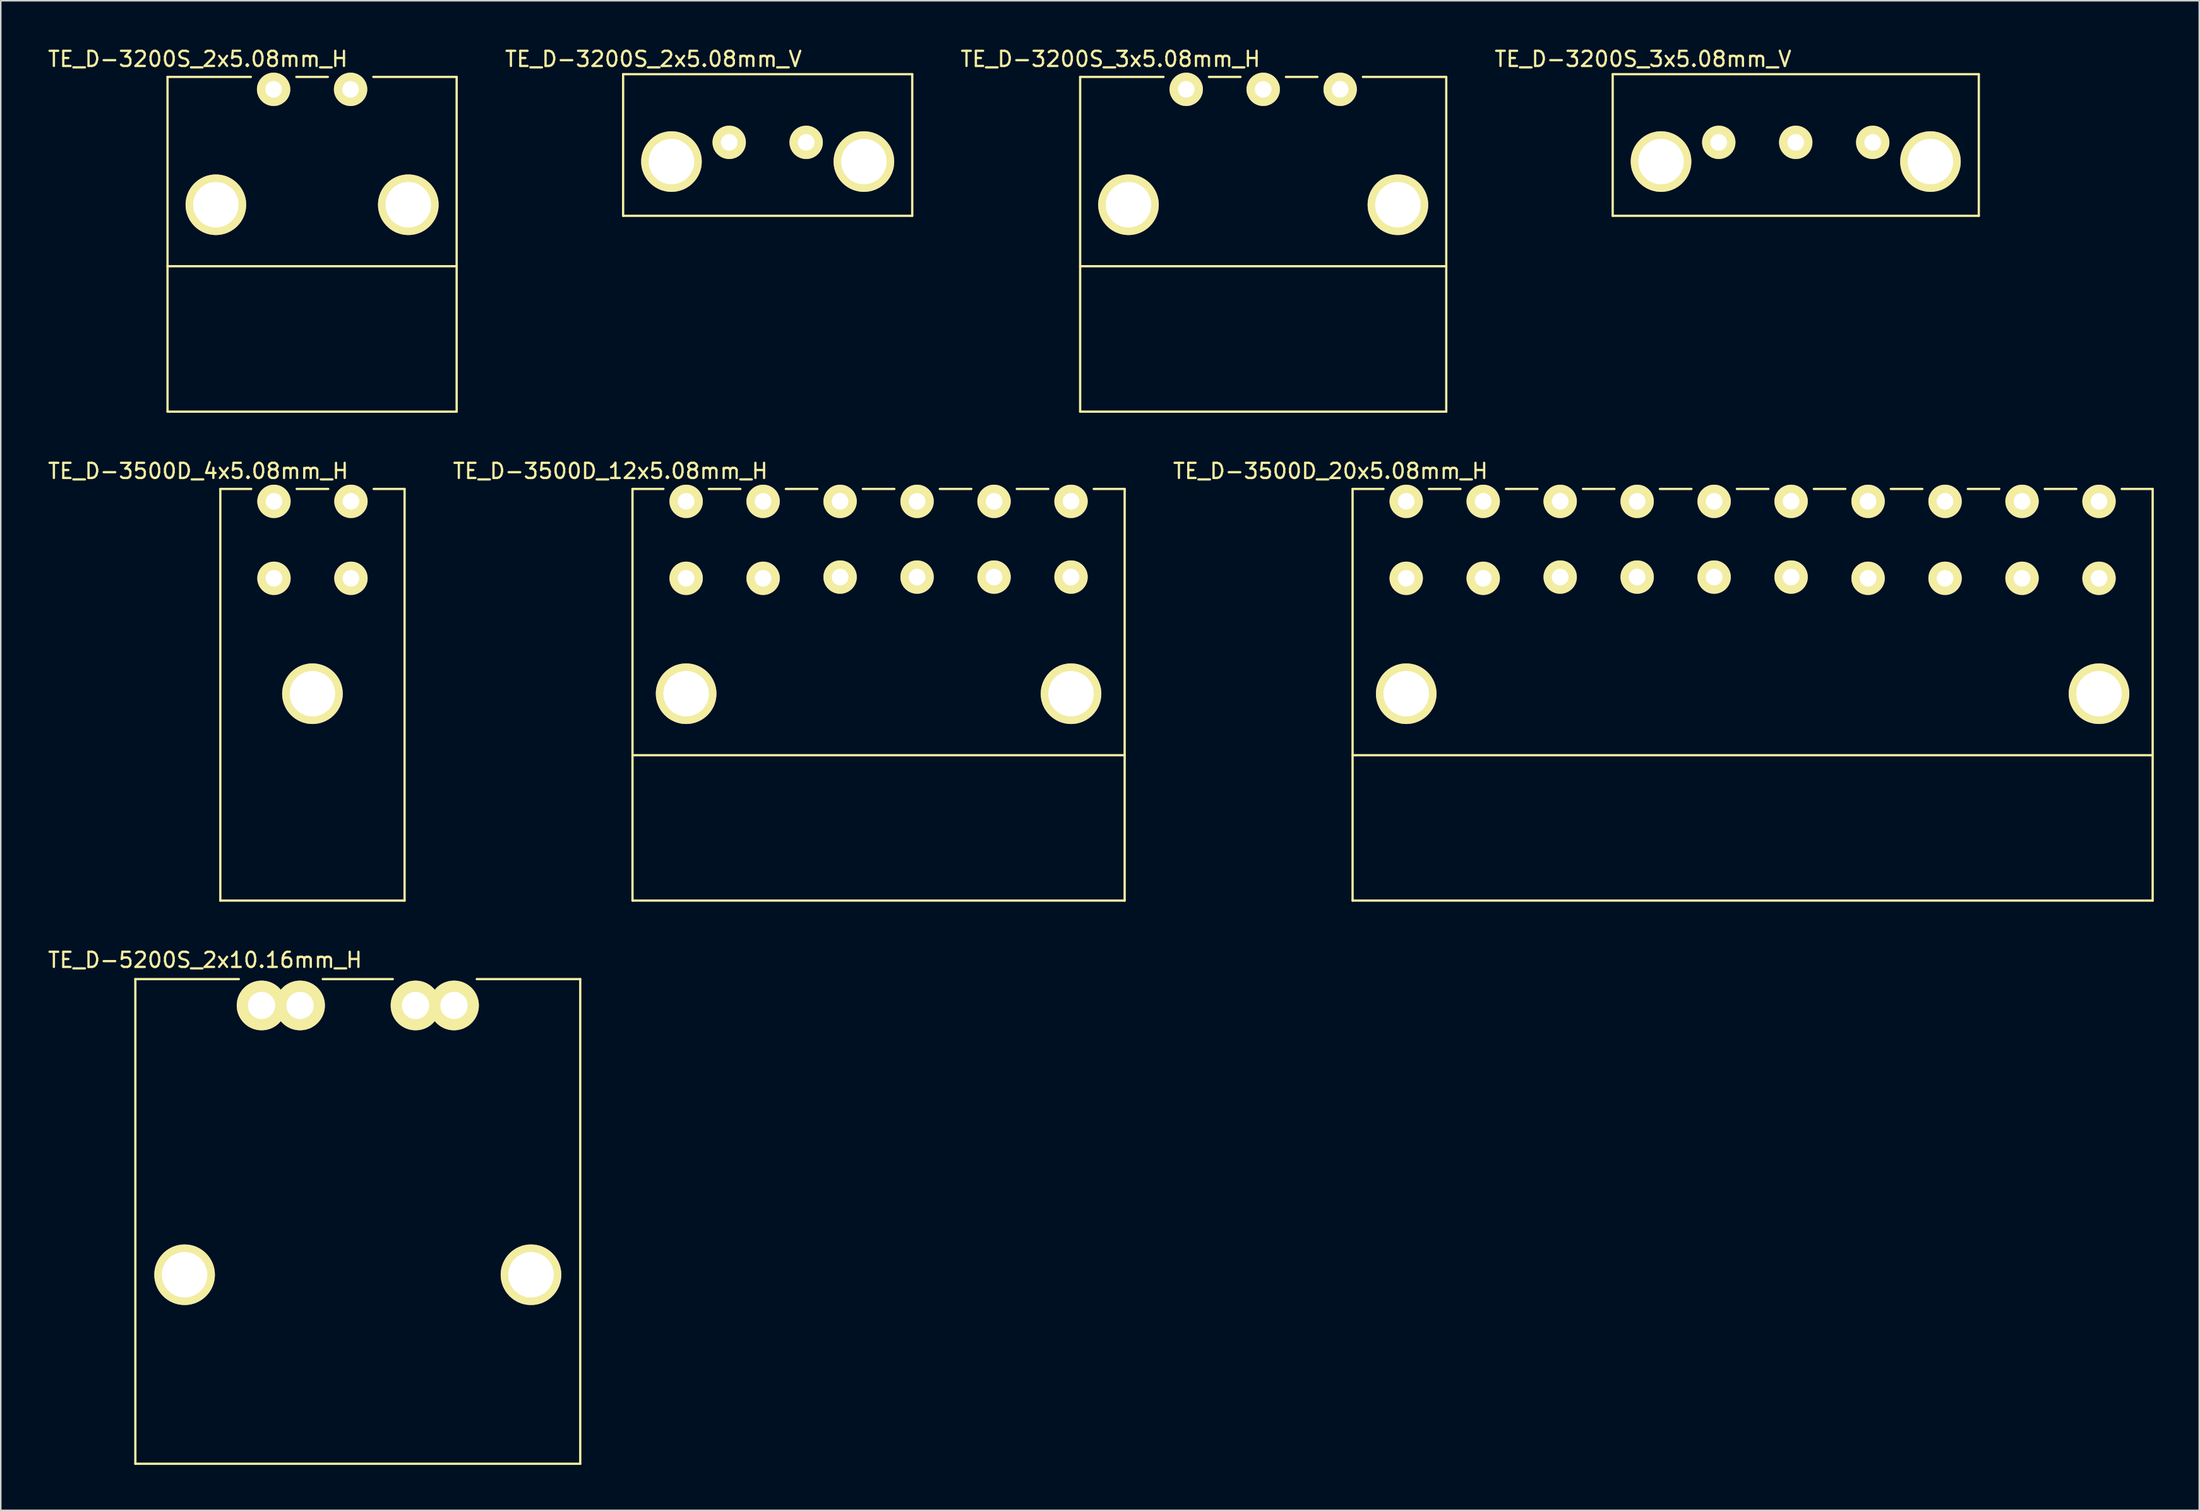
<source format=kicad_pcb>
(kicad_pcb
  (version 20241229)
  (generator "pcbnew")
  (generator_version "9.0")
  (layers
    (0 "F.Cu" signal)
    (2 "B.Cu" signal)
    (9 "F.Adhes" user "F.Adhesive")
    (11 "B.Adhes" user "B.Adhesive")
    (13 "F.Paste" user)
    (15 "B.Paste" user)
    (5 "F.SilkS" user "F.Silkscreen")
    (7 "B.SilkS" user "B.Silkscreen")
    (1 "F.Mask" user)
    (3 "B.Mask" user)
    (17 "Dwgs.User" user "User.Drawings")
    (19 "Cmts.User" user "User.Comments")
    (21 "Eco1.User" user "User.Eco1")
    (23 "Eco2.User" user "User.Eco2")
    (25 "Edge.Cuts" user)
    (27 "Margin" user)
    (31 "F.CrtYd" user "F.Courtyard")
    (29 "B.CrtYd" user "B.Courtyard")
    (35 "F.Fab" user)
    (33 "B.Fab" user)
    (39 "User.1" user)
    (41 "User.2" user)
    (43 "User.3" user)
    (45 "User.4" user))
  (footprint "TE_D-3200S_2x5.08mm_H"
    (layer "F.Cu")
    (at 15.006 2.848)
    (property "Reference" "TE_D-3200S_2x5.08mm_H" (at -5 -2 0) (layer "F.SilkS") (effects (font (size 1 1) (thickness 0.15))))
    (attr through_hole)
    (fp_line (start -7 -0.82) (end -7 21.28) (stroke (width 0.15) (type solid)) (layer "F.SilkS"))
    (fp_line (start -7 11.68) (end 12.08 11.68) (stroke (width 0.15) (type solid)) (layer "F.SilkS"))
    (fp_line (start -7 21.28) (end 12.08 21.28) (stroke (width 0.15) (type solid)) (layer "F.SilkS"))
    (fp_line (start -1.5 -0.82) (end -7 -0.82) (stroke (width 0.15) (type solid)) (layer "F.SilkS"))
    (fp_line (start 1.5 -0.82) (end 3.58 -0.82) (stroke (width 0.15) (type solid)) (layer "F.SilkS"))
    (fp_line (start 12.08 -0.82) (end 6.58 -0.82) (stroke (width 0.15) (type solid)) (layer "F.SilkS"))
    (fp_line (start 12.08 21.28) (end 12.08 -0.82) (stroke (width 0.15) (type solid)) (layer "F.SilkS"))
    (pad "" thru_hole circle (at -3.81 7.62) (size 4 4) (drill 3) (layers "*.Cu" "*.Mask" "F.SilkS"))
    (pad "" thru_hole circle (at 8.89 7.62) (size 4 4) (drill 3) (layers "*.Cu" "*.Mask" "F.SilkS"))
    (pad "1" thru_hole circle (at 0 0) (size 2.2 2.2) (drill 1.1) (layers "*.Cu" "*.Mask" "F.SilkS"))
    (pad "2" thru_hole circle (at 5.08 0) (size 2.2 2.2) (drill 1.1) (layers "*.Cu" "*.Mask" "F.SilkS")))
  (footprint "TE_D-3200S_2x5.08mm_V"
    (layer "F.Cu")
    (at 45.072 6.348)
    (property "Reference" "TE_D-3200S_2x5.08mm_V" (at -5 -5.5 0) (layer "F.SilkS") (effects (font (size 1 1) (thickness 0.15))))
    (attr through_hole)
    (fp_line (start -7 -4.5) (end -7 4.85) (stroke (width 0.15) (type solid)) (layer "F.SilkS"))
    (fp_line (start -7 -4.5) (end 12.08 -4.5) (stroke (width 0.15) (type solid)) (layer "F.SilkS"))
    (fp_line (start -7 4.85) (end 12.08 4.85) (stroke (width 0.15) (type solid)) (layer "F.SilkS"))
    (fp_line (start 12.08 -4.5) (end 12.08 4.85) (stroke (width 0.15) (type solid)) (layer "F.SilkS"))
    (pad "" thru_hole circle (at -3.81 1.27) (size 4 4) (drill 3) (layers "*.Cu" "*.Mask" "F.SilkS"))
    (pad "" thru_hole circle (at 8.89 1.27) (size 4 4) (drill 3) (layers "*.Cu" "*.Mask" "F.SilkS"))
    (pad "1" thru_hole circle (at 5.08 0) (size 2.2 2.2) (drill 1.1) (layers "*.Cu" "*.Mask" "F.SilkS"))
    (pad "2" thru_hole circle (at 0 0) (size 2.2 2.2) (drill 1.1) (layers "*.Cu" "*.Mask" "F.SilkS")))
  (footprint "TE_D-3500D_20x5.08mm_H"
    (layer "F.Cu")
    (at 89.752 30.052)
    (property "Reference" "TE_D-3500D_20x5.08mm_H" (at -5 -2 0) (layer "F.SilkS") (effects (font (size 1 1) (thickness 0.15))))
    (attr through_hole)
    (fp_line (start -3.54 -0.82) (end -3.54 26.36) (stroke (width 0.15) (type solid)) (layer "F.SilkS"))
    (fp_line (start -3.54 16.76) (end 49.26 16.76) (stroke (width 0.15) (type solid)) (layer "F.SilkS"))
    (fp_line (start -3.54 26.36) (end 49.26 26.36) (stroke (width 0.15) (type solid)) (layer "F.SilkS"))
    (fp_line (start -1.5 -0.82) (end -3.54 -0.82) (stroke (width 0.15) (type solid)) (layer "F.SilkS"))
    (fp_line (start 1.5 -0.82) (end 3.58 -0.82) (stroke (width 0.15) (type solid)) (layer "F.SilkS"))
    (fp_line (start 8.66 -0.82) (end 6.58 -0.82) (stroke (width 0.15) (type solid)) (layer "F.SilkS"))
    (fp_line (start 11.66 -0.82) (end 13.74 -0.82) (stroke (width 0.15) (type solid)) (layer "F.SilkS"))
    (fp_line (start 16.74 -0.82) (end 18.82 -0.82) (stroke (width 0.15) (type solid)) (layer "F.SilkS"))
    (fp_line (start 21.82 -0.82) (end 23.9 -0.82) (stroke (width 0.15) (type solid)) (layer "F.SilkS"))
    (fp_line (start 26.9 -0.82) (end 28.98 -0.82) (stroke (width 0.15) (type solid)) (layer "F.SilkS"))
    (fp_line (start 31.98 -0.82) (end 34.06 -0.82) (stroke (width 0.15) (type solid)) (layer "F.SilkS"))
    (fp_line (start 37.06 -0.82) (end 39.14 -0.82) (stroke (width 0.15) (type solid)) (layer "F.SilkS"))
    (fp_line (start 42.14 -0.82) (end 44.22 -0.82) (stroke (width 0.15) (type solid)) (layer "F.SilkS"))
    (fp_line (start 47.22 -0.82) (end 49.26 -0.82) (stroke (width 0.15) (type solid)) (layer "F.SilkS"))
    (fp_line (start 49.26 26.36) (end 49.26 -0.82) (stroke (width 0.15) (type solid)) (layer "F.SilkS"))
    (pad "" thru_hole circle (at 0 12.7) (size 4 4) (drill 3) (layers "*.Cu" "*.Mask" "F.SilkS"))
    (pad "" thru_hole circle (at 45.72 12.7) (size 4 4) (drill 3) (layers "*.Cu" "*.Mask" "F.SilkS"))
    (pad "1A" thru_hole circle (at 0 5.08) (size 2.2 2.2) (drill 1.1) (layers "*.Cu" "*.Mask" "F.SilkS"))
    (pad "1B" thru_hole circle (at 0 0) (size 2.2 2.2) (drill 1.1) (layers "*.Cu" "*.Mask" "F.SilkS"))
    (pad "2A" thru_hole circle (at 5.08 5.08) (size 2.2 2.2) (drill 1.1) (layers "*.Cu" "*.Mask" "F.SilkS"))
    (pad "2B" thru_hole circle (at 5.08 0) (size 2.2 2.2) (drill 1.1) (layers "*.Cu" "*.Mask" "F.SilkS"))
    (pad "3A" thru_hole circle (at 10.16 5) (size 2.2 2.2) (drill 1.1) (layers "*.Cu" "*.Mask" "F.SilkS"))
    (pad "3B" thru_hole circle (at 10.16 0) (size 2.2 2.2) (drill 1.1) (layers "*.Cu" "*.Mask" "F.SilkS"))
    (pad "4A" thru_hole circle (at 15.24 5) (size 2.2 2.2) (drill 1.1) (layers "*.Cu" "*.Mask" "F.SilkS"))
    (pad "4B" thru_hole circle (at 15.24 0) (size 2.2 2.2) (drill 1.1) (layers "*.Cu" "*.Mask" "F.SilkS"))
    (pad "5A" thru_hole circle (at 20.32 5) (size 2.2 2.2) (drill 1.1) (layers "*.Cu" "*.Mask" "F.SilkS"))
    (pad "5B" thru_hole circle (at 20.32 0) (size 2.2 2.2) (drill 1.1) (layers "*.Cu" "*.Mask" "F.SilkS"))
    (pad "6A" thru_hole circle (at 25.4 5) (size 2.2 2.2) (drill 1.1) (layers "*.Cu" "*.Mask" "F.SilkS"))
    (pad "6B" thru_hole circle (at 25.4 0) (size 2.2 2.2) (drill 1.1) (layers "*.Cu" "*.Mask" "F.SilkS"))
    (pad "7A" thru_hole circle (at 30.48 5.08) (size 2.2 2.2) (drill 1.1) (layers "*.Cu" "*.Mask" "F.SilkS"))
    (pad "7B" thru_hole circle (at 30.48 0) (size 2.2 2.2) (drill 1.1) (layers "*.Cu" "*.Mask" "F.SilkS"))
    (pad "8A" thru_hole circle (at 35.56 5.08) (size 2.2 2.2) (drill 1.1) (layers "*.Cu" "*.Mask" "F.SilkS"))
    (pad "8B" thru_hole circle (at 35.56 0) (size 2.2 2.2) (drill 1.1) (layers "*.Cu" "*.Mask" "F.SilkS"))
    (pad "9A" thru_hole circle (at 40.64 5.08) (size 2.2 2.2) (drill 1.1) (layers "*.Cu" "*.Mask" "F.SilkS"))
    (pad "9B" thru_hole circle (at 40.64 0) (size 2.2 2.2) (drill 1.1) (layers "*.Cu" "*.Mask" "F.SilkS"))
    (pad "10A" thru_hole circle (at 45.72 5.08) (size 2.2 2.2) (drill 1.1) (layers "*.Cu" "*.Mask" "F.SilkS"))
    (pad "10B" thru_hole circle (at 45.72 0) (size 2.2 2.2) (drill 1.1) (layers "*.Cu" "*.Mask" "F.SilkS")))
  (footprint "TE_D-3200S_3x5.08mm_H"
    (layer "F.Cu")
    (at 75.233 2.848)
    (property "Reference" "TE_D-3200S_3x5.08mm_H" (at -5 -2 0) (layer "F.SilkS") (effects (font (size 1 1) (thickness 0.15))))
    (attr through_hole)
    (fp_line (start -7 -0.82) (end -7 21.28) (stroke (width 0.15) (type solid)) (layer "F.SilkS"))
    (fp_line (start -7 11.68) (end 17.16 11.68) (stroke (width 0.15) (type solid)) (layer "F.SilkS"))
    (fp_line (start -7 21.28) (end 17.16 21.28) (stroke (width 0.15) (type solid)) (layer "F.SilkS"))
    (fp_line (start -1.5 -0.82) (end -7 -0.82) (stroke (width 0.15) (type solid)) (layer "F.SilkS"))
    (fp_line (start 1.5 -0.82) (end 3.58 -0.82) (stroke (width 0.15) (type solid)) (layer "F.SilkS"))
    (fp_line (start 6.58 -0.82) (end 8.66 -0.82) (stroke (width 0.15) (type solid)) (layer "F.SilkS"))
    (fp_line (start 17.16 -0.82) (end 11.66 -0.82) (stroke (width 0.15) (type solid)) (layer "F.SilkS"))
    (fp_line (start 17.16 21.28) (end 17.16 -0.82) (stroke (width 0.15) (type solid)) (layer "F.SilkS"))
    (pad "" thru_hole circle (at -3.81 7.62) (size 4 4) (drill 3) (layers "*.Cu" "*.Mask" "F.SilkS"))
    (pad "" thru_hole circle (at 13.97 7.62) (size 4 4) (drill 3) (layers "*.Cu" "*.Mask" "F.SilkS"))
    (pad "1" thru_hole circle (at 0 0) (size 2.2 2.2) (drill 1.1) (layers "*.Cu" "*.Mask" "F.SilkS"))
    (pad "2" thru_hole circle (at 5.08 0) (size 2.2 2.2) (drill 1.1) (layers "*.Cu" "*.Mask" "F.SilkS"))
    (pad "3" thru_hole circle (at 10.16 0) (size 2.2 2.2) (drill 1.1) (layers "*.Cu" "*.Mask" "F.SilkS")))
  (footprint "TE_D-3500D_12x5.08mm_H"
    (layer "F.Cu")
    (at 42.231 30.052)
    (property "Reference" "TE_D-3500D_12x5.08mm_H" (at -5 -2 0) (layer "F.SilkS") (effects (font (size 1 1) (thickness 0.15))))
    (attr through_hole)
    (fp_line (start -3.54 -0.82) (end -3.54 26.36) (stroke (width 0.15) (type solid)) (layer "F.SilkS"))
    (fp_line (start -3.54 16.76) (end 28.94 16.76) (stroke (width 0.15) (type solid)) (layer "F.SilkS"))
    (fp_line (start -3.54 26.36) (end 28.94 26.36) (stroke (width 0.15) (type solid)) (layer "F.SilkS"))
    (fp_line (start -1.5 -0.82) (end -3.54 -0.82) (stroke (width 0.15) (type solid)) (layer "F.SilkS"))
    (fp_line (start 1.5 -0.82) (end 3.58 -0.82) (stroke (width 0.15) (type solid)) (layer "F.SilkS"))
    (fp_line (start 8.66 -0.82) (end 6.58 -0.82) (stroke (width 0.15) (type solid)) (layer "F.SilkS"))
    (fp_line (start 11.66 -0.82) (end 13.74 -0.82) (stroke (width 0.15) (type solid)) (layer "F.SilkS"))
    (fp_line (start 16.74 -0.82) (end 18.82 -0.82) (stroke (width 0.15) (type solid)) (layer "F.SilkS"))
    (fp_line (start 21.82 -0.82) (end 23.9 -0.82) (stroke (width 0.15) (type solid)) (layer "F.SilkS"))
    (fp_line (start 26.9 -0.82) (end 28.94 -0.82) (stroke (width 0.15) (type solid)) (layer "F.SilkS"))
    (fp_line (start 28.94 26.36) (end 28.94 -0.82) (stroke (width 0.15) (type solid)) (layer "F.SilkS"))
    (pad "" thru_hole circle (at 0 12.7) (size 4 4) (drill 3) (layers "*.Cu" "*.Mask" "F.SilkS"))
    (pad "" thru_hole circle (at 25.4 12.7) (size 4 4) (drill 3) (layers "*.Cu" "*.Mask" "F.SilkS"))
    (pad "1A" thru_hole circle (at 0 5.08) (size 2.2 2.2) (drill 1.1) (layers "*.Cu" "*.Mask" "F.SilkS"))
    (pad "1B" thru_hole circle (at 0 0) (size 2.2 2.2) (drill 1.1) (layers "*.Cu" "*.Mask" "F.SilkS"))
    (pad "2A" thru_hole circle (at 5.08 5.08) (size 2.2 2.2) (drill 1.1) (layers "*.Cu" "*.Mask" "F.SilkS"))
    (pad "2B" thru_hole circle (at 5.08 0) (size 2.2 2.2) (drill 1.1) (layers "*.Cu" "*.Mask" "F.SilkS"))
    (pad "3A" thru_hole circle (at 10.16 5) (size 2.2 2.2) (drill 1.1) (layers "*.Cu" "*.Mask" "F.SilkS"))
    (pad "3B" thru_hole circle (at 10.16 0) (size 2.2 2.2) (drill 1.1) (layers "*.Cu" "*.Mask" "F.SilkS"))
    (pad "4A" thru_hole circle (at 15.24 5) (size 2.2 2.2) (drill 1.1) (layers "*.Cu" "*.Mask" "F.SilkS"))
    (pad "4B" thru_hole circle (at 15.24 0) (size 2.2 2.2) (drill 1.1) (layers "*.Cu" "*.Mask" "F.SilkS"))
    (pad "5A" thru_hole circle (at 20.32 5) (size 2.2 2.2) (drill 1.1) (layers "*.Cu" "*.Mask" "F.SilkS"))
    (pad "5B" thru_hole circle (at 20.32 0) (size 2.2 2.2) (drill 1.1) (layers "*.Cu" "*.Mask" "F.SilkS"))
    (pad "6A" thru_hole circle (at 25.4 5) (size 2.2 2.2) (drill 1.1) (layers "*.Cu" "*.Mask" "F.SilkS"))
    (pad "6B" thru_hole circle (at 25.4 0) (size 2.2 2.2) (drill 1.1) (layers "*.Cu" "*.Mask" "F.SilkS")))
  (footprint "TE_D-3500D_4x5.08mm_H"
    (layer "F.Cu")
    (at 15.03 30.052)
    (property "Reference" "TE_D-3500D_4x5.08mm_H" (at -5 -2 0) (layer "F.SilkS") (effects (font (size 1 1) (thickness 0.15))))
    (attr through_hole)
    (fp_line (start -3.54 -0.82) (end -3.54 26.36) (stroke (width 0.15) (type solid)) (layer "F.SilkS"))
    (fp_line (start -3.54 26.36) (end 8.62 26.36) (stroke (width 0.15) (type solid)) (layer "F.SilkS"))
    (fp_line (start -1.5 -0.82) (end -3.54 -0.82) (stroke (width 0.15) (type solid)) (layer "F.SilkS"))
    (fp_line (start 1.5 -0.82) (end 3.58 -0.82) (stroke (width 0.15) (type solid)) (layer "F.SilkS"))
    (fp_line (start 8.62 -0.82) (end 6.58 -0.82) (stroke (width 0.15) (type solid)) (layer "F.SilkS"))
    (fp_line (start 8.62 26.36) (end 8.62 -0.82) (stroke (width 0.15) (type solid)) (layer "F.SilkS"))
    (pad "" thru_hole circle (at 2.54 12.7) (size 4 4) (drill 3) (layers "*.Cu" "*.Mask" "F.SilkS"))
    (pad "1A" thru_hole circle (at 0 5.08) (size 2.2 2.2) (drill 1.1) (layers "*.Cu" "*.Mask" "F.SilkS"))
    (pad "1B" thru_hole circle (at 0 0) (size 2.2 2.2) (drill 1.1) (layers "*.Cu" "*.Mask" "F.SilkS"))
    (pad "2A" thru_hole circle (at 5.08 5.08) (size 2.2 2.2) (drill 1.1) (layers "*.Cu" "*.Mask" "F.SilkS"))
    (pad "2B" thru_hole circle (at 5.08 0) (size 2.2 2.2) (drill 1.1) (layers "*.Cu" "*.Mask" "F.SilkS")))
  (footprint "TE_D-3200S_3x5.08mm_V"
    (layer "F.Cu")
    (at 110.378 6.348)
    (property "Reference" "TE_D-3200S_3x5.08mm_V" (at -5 -5.5 0) (layer "F.SilkS") (effects (font (size 1 1) (thickness 0.15))))
    (attr through_hole)
    (fp_line (start -7 -4.5) (end -7 4.85) (stroke (width 0.15) (type solid)) (layer "F.SilkS"))
    (fp_line (start -7 -4.5) (end 17.16 -4.5) (stroke (width 0.15) (type solid)) (layer "F.SilkS"))
    (fp_line (start -7 4.85) (end 17.16 4.85) (stroke (width 0.15) (type solid)) (layer "F.SilkS"))
    (fp_line (start 17.16 -4.5) (end 17.16 4.85) (stroke (width 0.15) (type solid)) (layer "F.SilkS"))
    (pad "" thru_hole circle (at -3.81 1.27) (size 4 4) (drill 3) (layers "*.Cu" "*.Mask" "F.SilkS"))
    (pad "" thru_hole circle (at 13.97 1.27) (size 4 4) (drill 3) (layers "*.Cu" "*.Mask" "F.SilkS"))
    (pad "1" thru_hole circle (at 10.16 0) (size 2.2 2.2) (drill 1.1) (layers "*.Cu" "*.Mask" "F.SilkS"))
    (pad "2" thru_hole circle (at 5.08 0) (size 2.2 2.2) (drill 1.1) (layers "*.Cu" "*.Mask" "F.SilkS"))
    (pad "3" thru_hole circle (at 0 0) (size 2.2 2.2) (drill 1.1) (layers "*.Cu" "*.Mask" "F.SilkS")))
  (footprint "TE_D-5200S_2x10.16mm_H"
    (layer "F.Cu")
    (at 15.482 63.335)
    (property "Reference" "TE_D-5200S_2x10.16mm_H" (at -5 -3 0) (layer "F.SilkS") (effects (font (size 1 1) (thickness 0.15))))
    (attr through_hole)
    (fp_line (start -9.6 -1.74) (end -9.6 30.26) (stroke (width 0.15) (type solid)) (layer "F.SilkS"))
    (fp_line (start -9.6 30.26) (end 19.76 30.26) (stroke (width 0.15) (type solid)) (layer "F.SilkS"))
    (fp_line (start -2.77 -1.74) (end -9.6 -1.74) (stroke (width 0.15) (type solid)) (layer "F.SilkS"))
    (fp_line (start 2.77 -1.74) (end 7.39 -1.74) (stroke (width 0.15) (type solid)) (layer "F.SilkS"))
    (fp_line (start 19.76 -1.74) (end 12.93 -1.74) (stroke (width 0.15) (type solid)) (layer "F.SilkS"))
    (fp_line (start 19.76 30.26) (end 19.76 -1.74) (stroke (width 0.15) (type solid)) (layer "F.SilkS"))
    (pad "" thru_hole circle (at -6.35 17.78) (size 4 4) (drill 3) (layers "*.Cu" "*.Mask" "F.SilkS"))
    (pad "" thru_hole circle (at 16.51 17.78) (size 4 4) (drill 3) (layers "*.Cu" "*.Mask" "F.SilkS"))
    (pad "1" thru_hole circle (at -1.27 0) (size 3.28 3.28) (drill 1.8) (layers "*.Cu" "*.Mask" "F.SilkS"))
    (pad "1" thru_hole circle (at 1.27 0) (size 3.28 3.28) (drill 1.8) (layers "*.Cu" "*.Mask" "F.SilkS"))
    (pad "2" thru_hole circle (at 8.89 0) (size 3.28 3.28) (drill 1.8) (layers "*.Cu" "*.Mask" "F.SilkS"))
    (pad "2" thru_hole circle (at 11.43 0) (size 3.28 3.28) (drill 1.8) (layers "*.Cu" "*.Mask" "F.SilkS")))
  (gr_rect
    (start -3 -3)
    (end 142.087 96.67)
    (stroke (width 0.1) (type default))
    (fill no)
    (layer "Edge.Cuts")))
</source>
